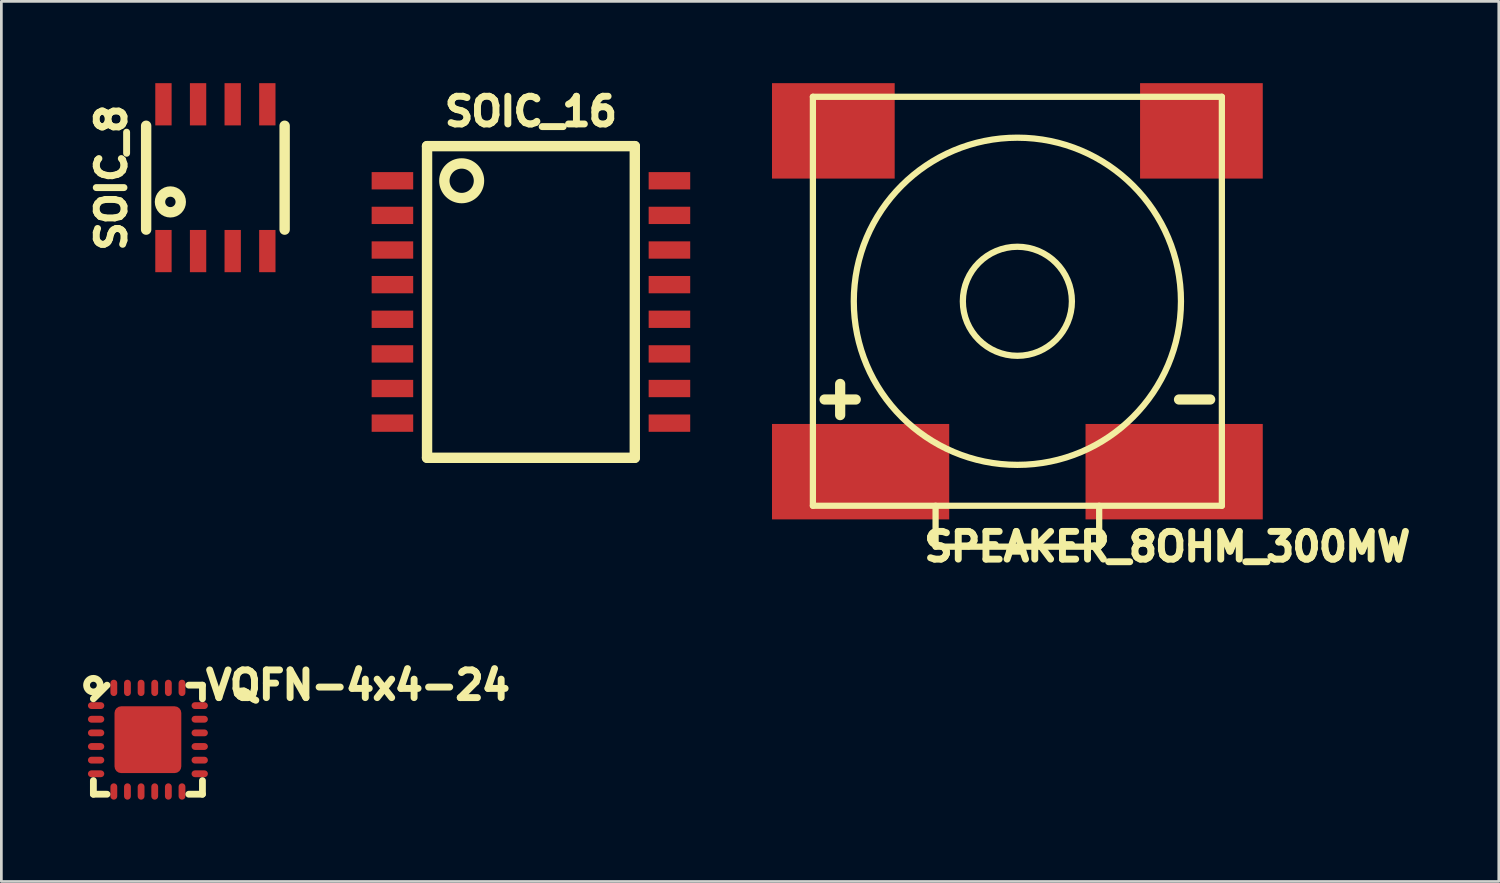
<source format=kicad_pcb>
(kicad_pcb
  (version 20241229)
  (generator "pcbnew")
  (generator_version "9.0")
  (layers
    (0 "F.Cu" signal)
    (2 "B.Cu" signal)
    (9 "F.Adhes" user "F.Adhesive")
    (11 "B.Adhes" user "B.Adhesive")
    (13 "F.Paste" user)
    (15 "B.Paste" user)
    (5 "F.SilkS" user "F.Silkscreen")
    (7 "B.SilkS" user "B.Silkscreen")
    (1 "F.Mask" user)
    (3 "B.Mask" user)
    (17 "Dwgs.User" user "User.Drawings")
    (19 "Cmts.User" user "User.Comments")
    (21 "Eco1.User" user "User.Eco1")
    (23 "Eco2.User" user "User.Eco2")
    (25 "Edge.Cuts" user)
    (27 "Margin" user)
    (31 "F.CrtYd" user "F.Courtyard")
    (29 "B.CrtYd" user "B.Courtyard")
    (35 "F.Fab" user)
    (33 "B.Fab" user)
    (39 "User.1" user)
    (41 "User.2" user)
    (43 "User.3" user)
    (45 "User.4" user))
  (footprint "SOIC_8"
    (layer "F.Cu")
    (at 4.85 3.467)
    (property "Reference" "SOIC_8" (at -3.81 0 90) (layer "F.SilkS") (effects (font (size 1.016 1.016) (thickness 0.254))))
    (attr through_hole)
    (fp_line (start -2.54 -1.905) (end -2.54 1.905) (stroke (width 0.381) (type solid)) (layer "F.SilkS"))
    (fp_line (start 2.54 -1.905) (end 2.54 1.905) (stroke (width 0.381) (type solid)) (layer "F.SilkS"))
    (fp_circle (center -1.651 0.889) (end -1.651 0.508) (stroke (width 0.381) (type solid)) (fill no) (layer "F.SilkS"))
    (pad "1" smd rect (at -1.905 2.692) (size 0.599 1.549) (layers "F.Cu" "F.Mask"))
    (pad "2" smd rect (at -0.635 2.692) (size 0.599 1.549) (layers "F.Cu" "F.Mask"))
    (pad "3" smd rect (at 0.635 2.692) (size 0.599 1.549) (layers "F.Cu" "F.Mask"))
    (pad "4" smd rect (at 1.905 2.692) (size 0.599 1.549) (layers "F.Cu" "F.Mask"))
    (pad "5" smd rect (at 1.905 -2.692) (size 0.599 1.549) (layers "F.Cu" "F.Mask"))
    (pad "6" smd rect (at 0.635 -2.692) (size 0.599 1.549) (layers "F.Cu" "F.Mask"))
    (pad "7" smd rect (at -0.635 -2.692) (size 0.599 1.549) (layers "F.Cu" "F.Mask"))
    (pad "8" smd rect (at -1.905 -2.692) (size 0.599 1.549) (layers "F.Cu" "F.Mask")))
  (footprint "VQFN-4x4-24"
    (layer "F.Cu")
    (at 2.375 24.08)
    (property "Reference" "VQFN-4x4-24" (at 2 -2 0) (layer "F.SilkS") (effects (font (size 1.016 1.016) (thickness 0.254)) (justify left)))
    (attr through_hole)
    (fp_line (start -2 1.5) (end -2 2) (stroke (width 0.25) (type solid)) (layer "F.SilkS"))
    (fp_line (start -2 2) (end -1.5 2) (stroke (width 0.25) (type solid)) (layer "F.SilkS"))
    (fp_line (start -1.5 -2) (end -2 -1.5) (stroke (width 0.25) (type solid)) (layer "F.SilkS"))
    (fp_line (start 1.5 -2) (end 2 -2) (stroke (width 0.25) (type solid)) (layer "F.SilkS"))
    (fp_line (start 2 -2) (end 2 -1.5) (stroke (width 0.25) (type solid)) (layer "F.SilkS"))
    (fp_line (start 2 1.5) (end 2 2) (stroke (width 0.25) (type solid)) (layer "F.SilkS"))
    (fp_line (start 2 2) (end 1.5 2) (stroke (width 0.25) (type solid)) (layer "F.SilkS"))
    (fp_circle (center -2 -2) (end -2 -2.25) (stroke (width 0.25) (type solid)) (fill no) (layer "F.SilkS"))
    (pad "1" smd roundrect (at -1.9 -1.25) (size 0.6 0.25) (layers "F.Cu" "F.Mask" "F.Paste") (roundrect_rratio 0.5))
    (pad "2" smd roundrect (at -1.9 -0.75) (size 0.6 0.25) (layers "F.Cu" "F.Mask" "F.Paste") (roundrect_rratio 0.5))
    (pad "3" smd roundrect (at -1.9 -0.25) (size 0.6 0.25) (layers "F.Cu" "F.Mask" "F.Paste") (roundrect_rratio 0.5))
    (pad "4" smd roundrect (at -1.9 0.25) (size 0.6 0.25) (layers "F.Cu" "F.Mask" "F.Paste") (roundrect_rratio 0.5))
    (pad "5" smd roundrect (at -1.9 0.75) (size 0.6 0.25) (layers "F.Cu" "F.Mask" "F.Paste") (roundrect_rratio 0.5))
    (pad "6" smd roundrect (at -1.9 1.25) (size 0.6 0.25) (layers "F.Cu" "F.Mask" "F.Paste") (roundrect_rratio 0.5))
    (pad "7" smd roundrect (at -1.25 1.9) (size 0.25 0.6) (layers "F.Cu" "F.Mask" "F.Paste") (roundrect_rratio 0.5))
    (pad "8" smd roundrect (at -0.75 1.9) (size 0.25 0.6) (layers "F.Cu" "F.Mask" "F.Paste") (roundrect_rratio 0.5))
    (pad "9" smd roundrect (at -0.25 1.9) (size 0.25 0.6) (layers "F.Cu" "F.Mask" "F.Paste") (roundrect_rratio 0.5))
    (pad "10" smd roundrect (at 0.25 1.9) (size 0.25 0.6) (layers "F.Cu" "F.Mask" "F.Paste") (roundrect_rratio 0.5))
    (pad "11" smd roundrect (at 0.75 1.9) (size 0.25 0.6) (layers "F.Cu" "F.Mask" "F.Paste") (roundrect_rratio 0.5))
    (pad "12" smd roundrect (at 1.25 1.9) (size 0.25 0.6) (layers "F.Cu" "F.Mask" "F.Paste") (roundrect_rratio 0.5))
    (pad "13" smd roundrect (at 1.9 1.25) (size 0.6 0.25) (layers "F.Cu" "F.Mask" "F.Paste") (roundrect_rratio 0.5))
    (pad "14" smd roundrect (at 1.9 0.75) (size 0.6 0.25) (layers "F.Cu" "F.Mask" "F.Paste") (roundrect_rratio 0.5))
    (pad "15" smd roundrect (at 1.9 0.25) (size 0.6 0.25) (layers "F.Cu" "F.Mask" "F.Paste") (roundrect_rratio 0.5))
    (pad "16" smd roundrect (at 1.9 -0.25) (size 0.6 0.25) (layers "F.Cu" "F.Mask" "F.Paste") (roundrect_rratio 0.5))
    (pad "17" smd roundrect (at 1.9 -0.75) (size 0.6 0.25) (layers "F.Cu" "F.Mask" "F.Paste") (roundrect_rratio 0.5))
    (pad "18" smd roundrect (at 1.9 -1.25) (size 0.6 0.25) (layers "F.Cu" "F.Mask" "F.Paste") (roundrect_rratio 0.5))
    (pad "19" smd roundrect (at 1.25 -1.9) (size 0.25 0.6) (layers "F.Cu" "F.Mask" "F.Paste") (roundrect_rratio 0.5))
    (pad "20" smd roundrect (at 0.75 -1.9) (size 0.25 0.6) (layers "F.Cu" "F.Mask" "F.Paste") (roundrect_rratio 0.5))
    (pad "21" smd roundrect (at 0.25 -1.9) (size 0.25 0.6) (layers "F.Cu" "F.Mask" "F.Paste") (roundrect_rratio 0.5))
    (pad "22" smd roundrect (at -0.25 -1.9) (size 0.25 0.6) (layers "F.Cu" "F.Mask" "F.Paste") (roundrect_rratio 0.5))
    (pad "23" smd roundrect (at -0.75 -1.9) (size 0.25 0.6) (layers "F.Cu" "F.Mask" "F.Paste") (roundrect_rratio 0.5))
    (pad "24" smd roundrect (at -1.25 -1.9) (size 0.25 0.6) (layers "F.Cu" "F.Mask" "F.Paste") (roundrect_rratio 0.5))
    (pad "PAD" smd roundrect (at 0 0) (size 2.45 2.45) (layers "F.Cu" "F.Mask" "F.Paste") (roundrect_rratio 0.1)))
  (footprint "SPEAKER_8OHM_300MW"
    (layer "F.Cu")
    (at 34.265 8)
    (property "Reference" "SPEAKER_8OHM_300MW" (at 5.5 9 0) (layer "F.SilkS") (effects (font (size 1.016 1.016) (thickness 0.254))))
    (attr through_hole)
    (fp_line (start -7.5 -7.5) (end 7.5 -7.5) (stroke (width 0.229) (type solid)) (layer "F.SilkS"))
    (fp_line (start -7.5 7.5) (end -7.5 -7.5) (stroke (width 0.229) (type solid)) (layer "F.SilkS"))
    (fp_line (start -3 7.5) (end -3 9) (stroke (width 0.229) (type solid)) (layer "F.SilkS"))
    (fp_line (start -3 9) (end 3 9) (stroke (width 0.229) (type solid)) (layer "F.SilkS"))
    (fp_line (start 3 9) (end 3 7.5) (stroke (width 0.229) (type solid)) (layer "F.SilkS"))
    (fp_line (start 7.5 -7.5) (end 7.5 7.5) (stroke (width 0.229) (type solid)) (layer "F.SilkS"))
    (fp_line (start 7.5 7.5) (end -7.5 7.5) (stroke (width 0.229) (type solid)) (layer "F.SilkS"))
    (fp_circle (center 0 0) (end 2 0) (stroke (width 0.229) (type solid)) (fill no) (layer "F.SilkS"))
    (fp_circle (center 0 0) (end 6 0) (stroke (width 0.229) (type solid)) (fill no) (layer "F.SilkS"))
    (fp_text user "+" (at -6.5 3.5 0) (layer "F.SilkS") (effects (font (size 1.5 1.5) (thickness 0.375))))
    (fp_text user "-" (at 6.5 3.5 0) (layer "F.SilkS") (effects (font (size 1.5 1.5) (thickness 0.375))))
    (pad "" smd rect (at -6.75 -6.25) (size 4.5 3.5) (layers "F.Cu" "F.Mask" "F.Paste"))
    (pad "" smd rect (at 6.75 -6.25) (size 4.5 3.5) (layers "F.Cu" "F.Mask" "F.Paste"))
    (pad "1" smd rect (at -5.75 6.25) (size 6.5 3.5) (layers "F.Cu" "F.Mask" "F.Paste"))
    (pad "2" smd rect (at 5.75 6.25) (size 6.5 3.5) (layers "F.Cu" "F.Mask" "F.Paste")))
  (footprint "SOIC_16"
    (layer "F.Cu")
    (at 16.423 7.39)
    (property "Reference" "SOIC_16" (at 0 -6.35 0) (layer "F.SilkS") (effects (font (size 1.016 1.016) (thickness 0.254))))
    (attr through_hole)
    (fp_line (start -3.81 -5.08) (end -3.81 6.35) (stroke (width 0.381) (type solid)) (layer "F.SilkS"))
    (fp_line (start -3.81 6.35) (end 3.81 6.35) (stroke (width 0.381) (type solid)) (layer "F.SilkS"))
    (fp_line (start 3.81 -5.08) (end -3.81 -5.08) (stroke (width 0.381) (type solid)) (layer "F.SilkS"))
    (fp_line (start 3.81 6.35) (end 3.81 -5.08) (stroke (width 0.381) (type solid)) (layer "F.SilkS"))
    (fp_circle (center -2.54 -3.81) (end -2.54 -4.445) (stroke (width 0.381) (type solid)) (fill no) (layer "F.SilkS"))
    (pad "1" smd rect (at -5.08 -3.81) (size 1.524 0.635) (layers "F.Cu" "F.Mask" "F.Paste"))
    (pad "2" smd rect (at -5.08 -2.54) (size 1.524 0.635) (layers "F.Cu" "F.Mask" "F.Paste"))
    (pad "3" smd rect (at -5.08 -1.27) (size 1.524 0.635) (layers "F.Cu" "F.Mask" "F.Paste"))
    (pad "4" smd rect (at -5.08 0) (size 1.524 0.635) (layers "F.Cu" "F.Mask" "F.Paste"))
    (pad "5" smd rect (at -5.08 1.27) (size 1.524 0.635) (layers "F.Cu" "F.Mask" "F.Paste"))
    (pad "6" smd rect (at -5.08 2.54) (size 1.524 0.635) (layers "F.Cu" "F.Mask" "F.Paste"))
    (pad "7" smd rect (at -5.08 3.81) (size 1.524 0.635) (layers "F.Cu" "F.Mask" "F.Paste"))
    (pad "8" smd rect (at -5.08 5.08) (size 1.524 0.635) (layers "F.Cu" "F.Mask" "F.Paste"))
    (pad "9" smd rect (at 5.08 5.08) (size 1.524 0.635) (layers "F.Cu" "F.Mask" "F.Paste"))
    (pad "10" smd rect (at 5.08 3.81) (size 1.524 0.635) (layers "F.Cu" "F.Mask" "F.Paste"))
    (pad "11" smd rect (at 5.08 2.54) (size 1.524 0.635) (layers "F.Cu" "F.Mask" "F.Paste"))
    (pad "12" smd rect (at 5.08 1.27) (size 1.524 0.635) (layers "F.Cu" "F.Mask" "F.Paste"))
    (pad "13" smd rect (at 5.08 0) (size 1.524 0.635) (layers "F.Cu" "F.Mask" "F.Paste"))
    (pad "14" smd rect (at 5.08 -1.27) (size 1.524 0.635) (layers "F.Cu" "F.Mask" "F.Paste"))
    (pad "15" smd rect (at 5.08 -2.54) (size 1.524 0.635) (layers "F.Cu" "F.Mask" "F.Paste"))
    (pad "16" smd rect (at 5.08 -3.81) (size 1.524 0.635) (layers "F.Cu" "F.Mask" "F.Paste")))
  (gr_rect
    (start -3 -3)
    (end 51.922 29.28)
    (stroke (width 0.1) (type default))
    (fill no)
    (layer "Edge.Cuts")))
</source>
